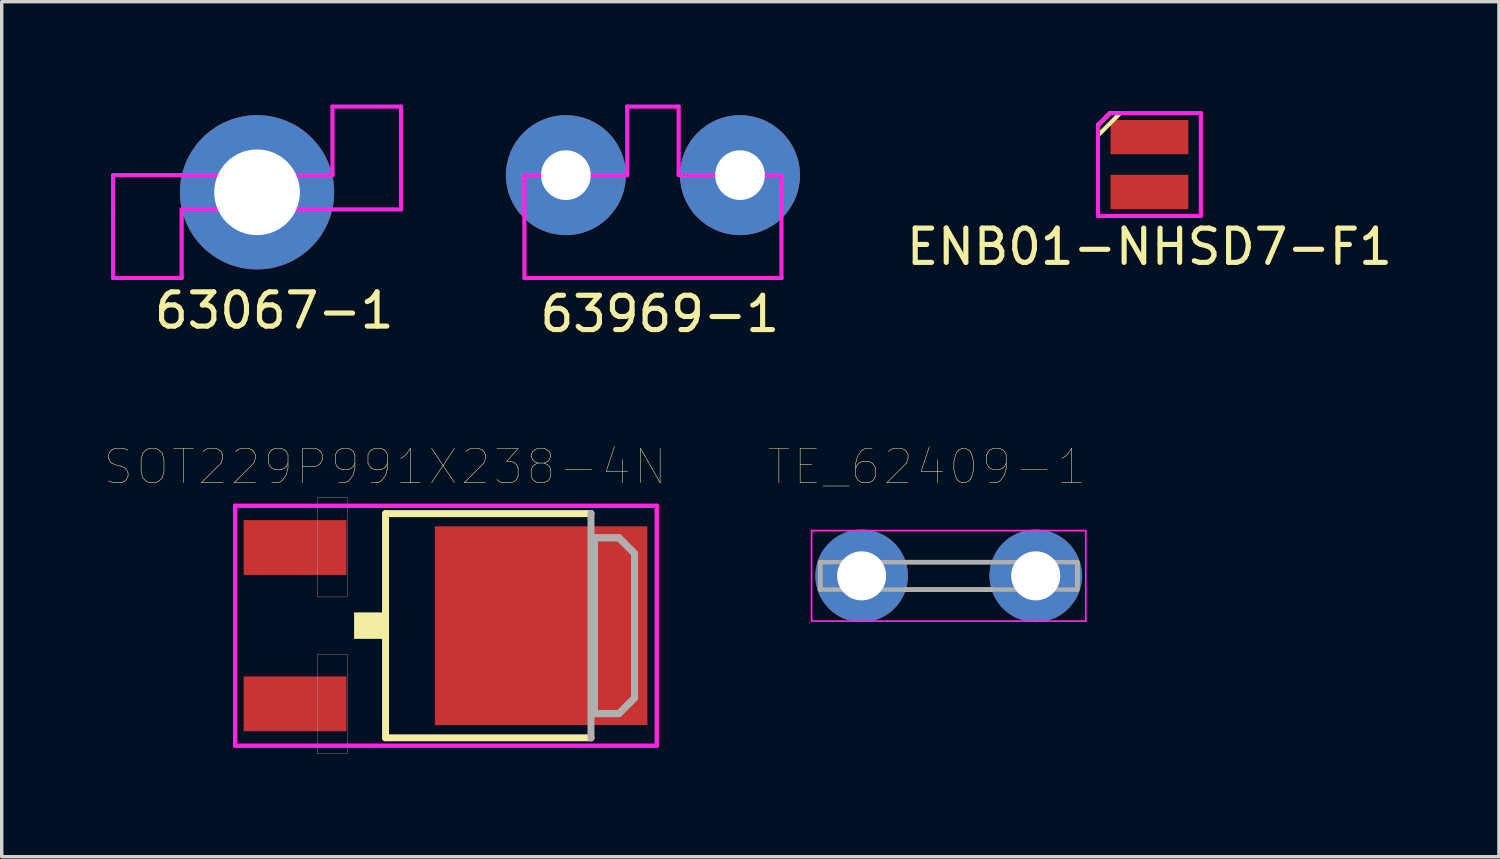
<source format=kicad_pcb>
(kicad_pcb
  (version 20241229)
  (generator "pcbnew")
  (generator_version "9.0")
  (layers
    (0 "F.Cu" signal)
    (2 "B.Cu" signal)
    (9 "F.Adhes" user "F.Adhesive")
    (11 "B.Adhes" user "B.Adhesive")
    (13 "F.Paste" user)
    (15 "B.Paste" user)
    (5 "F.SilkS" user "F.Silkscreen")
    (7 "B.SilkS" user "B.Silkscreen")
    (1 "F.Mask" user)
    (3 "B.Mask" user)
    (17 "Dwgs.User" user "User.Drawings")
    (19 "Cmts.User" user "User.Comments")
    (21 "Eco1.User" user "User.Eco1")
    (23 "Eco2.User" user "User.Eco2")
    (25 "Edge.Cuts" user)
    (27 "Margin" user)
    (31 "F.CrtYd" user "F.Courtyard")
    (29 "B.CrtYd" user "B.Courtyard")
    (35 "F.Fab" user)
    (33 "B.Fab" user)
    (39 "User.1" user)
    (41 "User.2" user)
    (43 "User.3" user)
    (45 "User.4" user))
  (footprint "SOT229P991X238-4N"
    (layer "F.Cu")
    (at 10.011 15.206)
    (property "Reference" "SOT229P991X238-4N" (at -1.825 -4.636 0) (layer "F.SilkS") (effects (font (size 1 1) (thickness 0.015))))
    (attr through_hole)
    (fp_line (start -1.812 -3.27) (end 4.183 -3.27) (stroke (width 0.203) (type solid)) (layer "F.SilkS"))
    (fp_line (start -1.812 3.27) (end -1.812 -3.27) (stroke (width 0.203) (type solid)) (layer "F.SilkS"))
    (fp_line (start 4.183 3.27) (end -1.812 3.27) (stroke (width 0.203) (type solid)) (layer "F.SilkS"))
    (fp_poly (pts (xy -2.728 -0.382) (xy -1.863 -0.382) (xy -1.863 0.381) (xy -2.728 0.381)) (stroke (width 0.01) (type solid)) (fill yes) (layer "F.SilkS"))
    (fp_line (start -6.2 -3.5) (end 6.1 -3.5) (stroke (width 0.127) (type solid)) (layer "F.CrtYd"))
    (fp_line (start -6.2 3.5) (end -6.2 -3.5) (stroke (width 0.127) (type solid)) (layer "F.CrtYd"))
    (fp_line (start 6.1 -3.5) (end 6.1 3.5) (stroke (width 0.127) (type solid)) (layer "F.CrtYd"))
    (fp_line (start 6.1 3.5) (end -6.2 3.5) (stroke (width 0.127) (type solid)) (layer "F.CrtYd"))
    (fp_line (start 4.182 -3.278) (end 4.182 3.277) (stroke (width 0.203) (type solid)) (layer "F.Fab"))
    (fp_line (start 4.284 -2.566) (end 4.995 -2.566) (stroke (width 0.203) (type solid)) (layer "F.Fab"))
    (fp_line (start 4.284 2.565) (end 4.284 -2.566) (stroke (width 0.203) (type solid)) (layer "F.Fab"))
    (fp_line (start 4.995 -2.566) (end 5.453 -2.109) (stroke (width 0.203) (type solid)) (layer "F.Fab"))
    (fp_line (start 4.995 2.565) (end 4.284 2.565) (stroke (width 0.203) (type solid)) (layer "F.Fab"))
    (fp_line (start 5.453 -2.109) (end 5.453 2.108) (stroke (width 0.203) (type solid)) (layer "F.Fab"))
    (fp_line (start 5.453 2.108) (end 4.995 2.565) (stroke (width 0.203) (type solid)) (layer "F.Fab"))
    (fp_poly (pts (xy -3.795 0.838) (xy -2.929 0.838) (xy -2.929 3.736) (xy -3.795 3.736)) (stroke (width 0.01) (type solid)) (fill no) (layer "F.Fab"))
    (fp_poly (pts (xy -3.794 -3.734) (xy -2.929 -3.734) (xy -2.929 -0.839) (xy -3.794 -0.839)) (stroke (width 0.01) (type solid)) (fill no) (layer "F.Fab"))
    (fp_poly (pts (xy 4.284 -2.566) (xy 4.995 -2.566) (xy 5.453 -2.109) (xy 5.453 2.108) (xy 4.995 2.565) (xy 4.284 2.565)) (stroke (width 0.2) (type solid)) (fill no) (layer "F.Fab"))
    (pad "1" smd rect (at -4.453 -2.281) (size 3 1.6) (layers "F.Cu" "F.Mask" "F.Paste"))
    (pad "3" smd rect (at -4.453 2.279) (size 3 1.6) (layers "F.Cu" "F.Mask" "F.Paste"))
    (pad "4" smd rect (at 2.727 -0.001) (size 6.2 5.8) (layers "F.Cu" "F.Mask" "F.Paste")))
  (footprint "TE_62409-1"
    (layer "F.Cu")
    (at 24.629 13.751)
    (property "Reference" "TE_62409-1" (at -0.636 -3.18 0) (layer "F.SilkS") (effects (font (size 1.002 1.002) (thickness 0.015))))
    (attr through_hole)
    (fp_line (start -3.75 -0.4) (end -3.75 0.4) (stroke (width 0.127) (type solid)) (layer "F.SilkS"))
    (fp_line (start -1.27 -0.4) (end 1.27 -0.4) (stroke (width 0.127) (type solid)) (layer "F.SilkS"))
    (fp_line (start -1.27 0.4) (end 1.27 0.4) (stroke (width 0.127) (type solid)) (layer "F.SilkS"))
    (fp_line (start 3.75 -0.4) (end 3.75 0.4) (stroke (width 0.127) (type solid)) (layer "F.SilkS"))
    (fp_line (start -4 -1.32) (end 4 -1.32) (stroke (width 0.05) (type solid)) (layer "F.CrtYd"))
    (fp_line (start -4 1.32) (end -4 -1.32) (stroke (width 0.05) (type solid)) (layer "F.CrtYd"))
    (fp_line (start 4 -1.32) (end 4 1.32) (stroke (width 0.05) (type solid)) (layer "F.CrtYd"))
    (fp_line (start 4 1.32) (end -4 1.32) (stroke (width 0.05) (type solid)) (layer "F.CrtYd"))
    (fp_line (start -3.75 -0.4) (end 3.75 -0.4) (stroke (width 0.127) (type solid)) (layer "F.Fab"))
    (fp_line (start -3.75 0.4) (end -3.75 -0.4) (stroke (width 0.127) (type solid)) (layer "F.Fab"))
    (fp_line (start 3.75 -0.4) (end 3.75 0.4) (stroke (width 0.127) (type solid)) (layer "F.Fab"))
    (fp_line (start 3.75 0.4) (end -3.75 0.4) (stroke (width 0.127) (type solid)) (layer "F.Fab"))
    (pad "1" thru_hole circle (at -2.54 0) (size 2.7 2.7) (drill 1.43) (layers "*.Cu" "*.Mask"))
    (pad "2" thru_hole circle (at 2.54 0) (size 2.7 2.7) (drill 1.43) (layers "*.Cu" "*.Mask")))
  (footprint "63969-1"
    (layer "F.Cu")
    (at 16 2.06)
    (property "Reference" "63969-1" (at 0.2 4.05 0) (layer "F.SilkS") (effects (font (size 1 1) (thickness 0.15))))
    (attr through_hole)
    (fp_line (start -3.75 0) (end -3.75 3) (stroke (width 0.12) (type solid)) (layer "F.CrtYd"))
    (fp_line (start -0.75 -2) (end 0.75 -2) (stroke (width 0.12) (type solid)) (layer "F.CrtYd"))
    (fp_line (start -0.75 0) (end -3.75 0) (stroke (width 0.12) (type solid)) (layer "F.CrtYd"))
    (fp_line (start -0.75 0) (end -0.75 -2) (stroke (width 0.12) (type solid)) (layer "F.CrtYd"))
    (fp_line (start 0.75 -2) (end 0.75 0) (stroke (width 0.12) (type solid)) (layer "F.CrtYd"))
    (fp_line (start 3.75 0) (end 0.75 0) (stroke (width 0.12) (type solid)) (layer "F.CrtYd"))
    (fp_line (start 3.75 0) (end 3.75 3) (stroke (width 0.12) (type solid)) (layer "F.CrtYd"))
    (fp_line (start 3.75 3) (end -3.75 3) (stroke (width 0.12) (type solid)) (layer "F.CrtYd"))
    (pad "1" thru_hole circle (at -2.54 0) (size 3.5 3.5) (drill 1.45) (layers "*.Cu" "*.Mask"))
    (pad "1" thru_hole circle (at 2.54 0) (size 3.5 3.5) (drill 1.45) (layers "*.Cu" "*.Mask")))
  (footprint "63067-1"
    (layer "F.Cu")
    (at 0.25 2.06)
    (property "Reference" "63067-1" (at 4.7 3.95 0) (layer "F.SilkS") (effects (font (size 1 1) (thickness 0.15))))
    (attr through_hole)
    (fp_line (start 0 1) (end 0 0) (stroke (width 0.12) (type solid)) (layer "F.CrtYd"))
    (fp_line (start 0 1) (end 0 3) (stroke (width 0.12) (type solid)) (layer "F.CrtYd"))
    (fp_line (start 0 3) (end 2 3) (stroke (width 0.12) (type solid)) (layer "F.CrtYd"))
    (fp_line (start 2 1) (end 8.4 1) (stroke (width 0.12) (type solid)) (layer "F.CrtYd"))
    (fp_line (start 2 3) (end 2 1) (stroke (width 0.12) (type solid)) (layer "F.CrtYd"))
    (fp_line (start 6.4 -2) (end 6.4 0) (stroke (width 0.12) (type solid)) (layer "F.CrtYd"))
    (fp_line (start 6.4 0) (end 0 0) (stroke (width 0.12) (type solid)) (layer "F.CrtYd"))
    (fp_line (start 8.4 -2) (end 6.4 -2) (stroke (width 0.12) (type solid)) (layer "F.CrtYd"))
    (fp_line (start 8.4 0) (end 8.4 -2) (stroke (width 0.12) (type solid)) (layer "F.CrtYd"))
    (fp_line (start 8.4 0) (end 8.4 1) (stroke (width 0.12) (type solid)) (layer "F.CrtYd"))
    (pad "1" thru_hole circle (at 4.2 0.5) (size 4.5 4.5) (drill 2.5) (layers "*.Cu" "*.Mask")))
  (footprint "ENB01-NHSD7-F1"
    (layer "F.Cu")
    (at 28.986 0.25)
    (property "Reference" "ENB01-NHSD7-F1" (at 1.5 3.9 0) (layer "F.SilkS") (effects (font (size 1 1) (thickness 0.15))))
    (attr through_hole)
    (fp_line (start 0 0.35) (end 0 0.65) (stroke (width 0.12) (type solid)) (layer "F.SilkS"))
    (fp_line (start 0 0.65) (end 0.65 0) (stroke (width 0.12) (type solid)) (layer "F.SilkS"))
    (fp_line (start 0.35 0) (end 0 0.35) (stroke (width 0.12) (type solid)) (layer "F.SilkS"))
    (fp_line (start 0.65 0) (end 0.35 0) (stroke (width 0.12) (type solid)) (layer "F.SilkS"))
    (fp_line (start 0 0.35) (end 0 3) (stroke (width 0.12) (type solid)) (layer "F.CrtYd"))
    (fp_line (start 0 0.35) (end 0.35 0) (stroke (width 0.12) (type solid)) (layer "F.CrtYd"))
    (fp_line (start 3 0) (end 0.35 0) (stroke (width 0.12) (type solid)) (layer "F.CrtYd"))
    (fp_line (start 3 0) (end 3 3) (stroke (width 0.12) (type solid)) (layer "F.CrtYd"))
    (fp_line (start 3 3) (end 0 3) (stroke (width 0.12) (type solid)) (layer "F.CrtYd"))
    (pad "1" smd rect (at 1.5 0.7) (size 2.27 1) (layers "F.Cu" "F.Mask" "F.Paste"))
    (pad "2" smd rect (at 1.5 2.3) (size 2.27 1) (layers "F.Cu" "F.Mask" "F.Paste")))
  (gr_rect
    (start -3 -3)
    (end 40.683 21.946)
    (stroke (width 0.1) (type default))
    (fill no)
    (layer "Edge.Cuts")))
</source>
